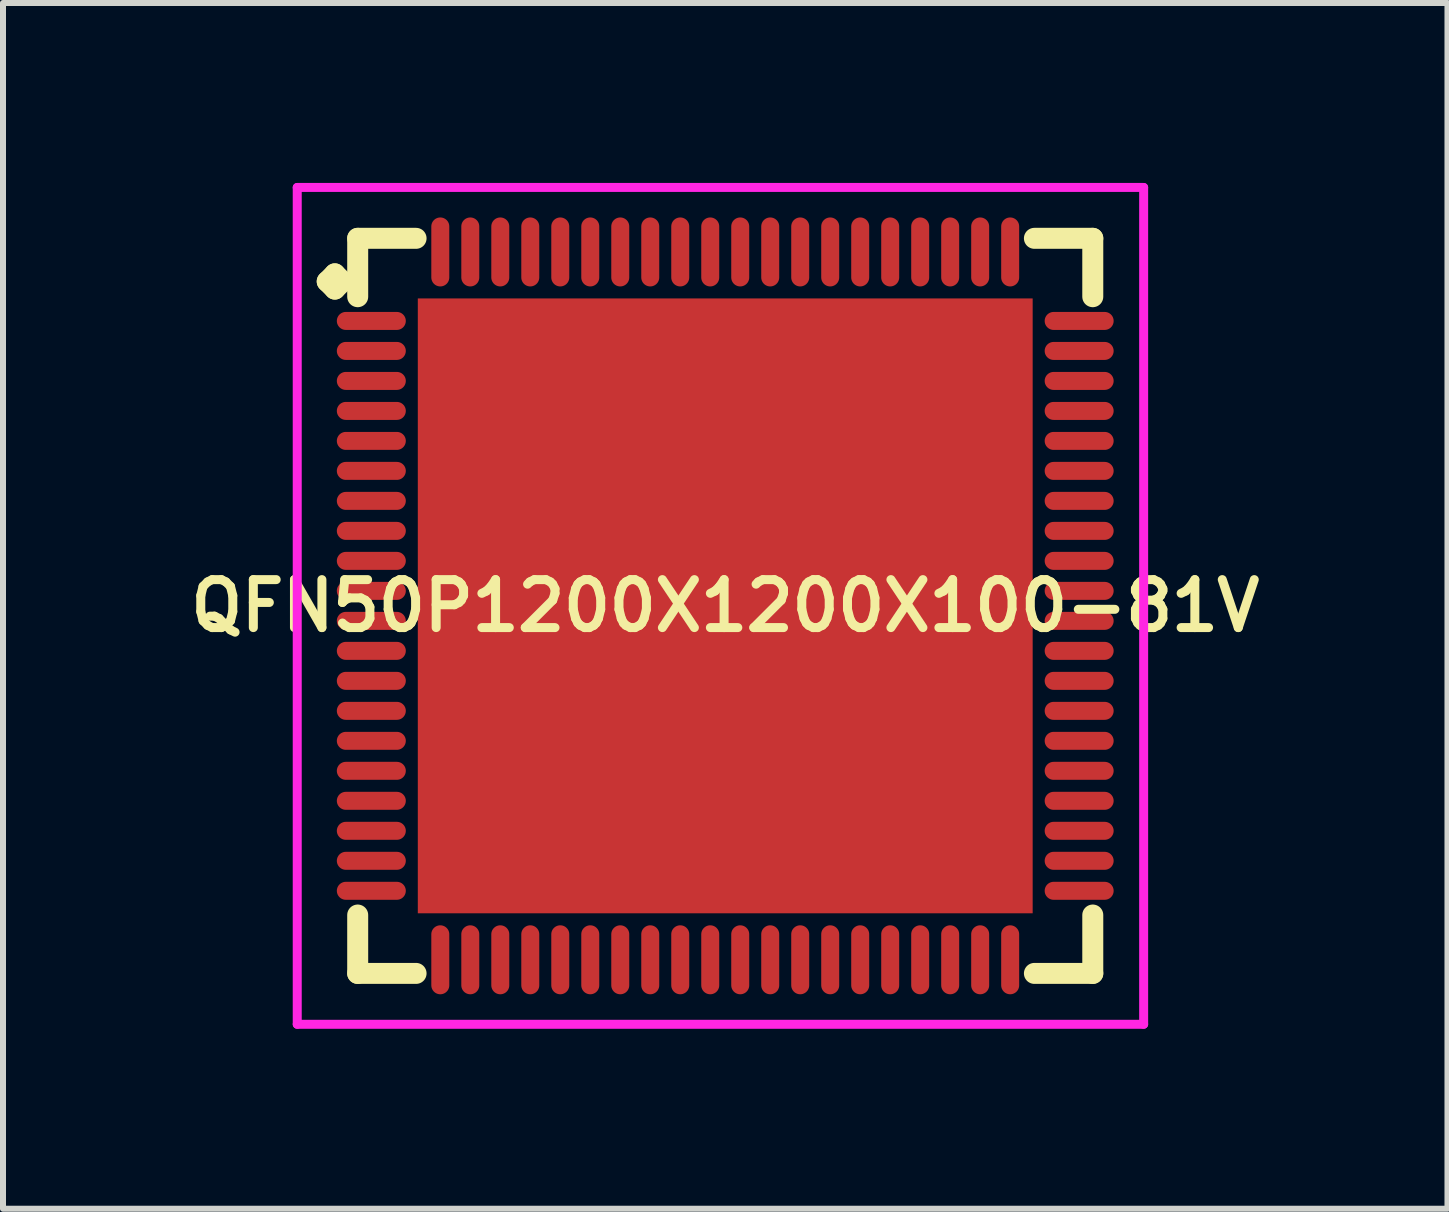
<source format=kicad_pcb>
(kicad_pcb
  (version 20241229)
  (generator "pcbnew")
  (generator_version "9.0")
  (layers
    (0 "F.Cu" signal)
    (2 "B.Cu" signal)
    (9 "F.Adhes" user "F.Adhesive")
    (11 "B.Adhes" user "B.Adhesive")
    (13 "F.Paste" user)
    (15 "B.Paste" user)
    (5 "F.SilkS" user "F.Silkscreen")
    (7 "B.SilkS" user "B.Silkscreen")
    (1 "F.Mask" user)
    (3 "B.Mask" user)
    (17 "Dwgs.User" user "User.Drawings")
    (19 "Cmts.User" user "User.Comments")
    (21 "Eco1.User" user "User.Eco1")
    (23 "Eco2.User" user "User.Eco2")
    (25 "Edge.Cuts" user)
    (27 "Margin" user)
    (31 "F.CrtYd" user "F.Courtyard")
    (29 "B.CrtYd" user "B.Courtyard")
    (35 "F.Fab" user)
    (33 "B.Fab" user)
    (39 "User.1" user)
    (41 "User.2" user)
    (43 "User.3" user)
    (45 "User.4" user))
  (footprint "QFN50P1200X1200X100-81V"
    (layer "F.Cu")
    (at 9.04 7.05)
    (property "Reference" "QFN50P1200X1200X100-81V" (at 0 0 0) (layer "F.SilkS") (effects (font (size 0.8 0.8) (thickness 0.15))))
    (attr smd)
    (fp_line (start -6.635 -5.408) (end -6.508 -5.535) (stroke (width 0.35) (type solid)) (layer "F.SilkS"))
    (fp_line (start -6.508 -5.535) (end -6.381 -5.408) (stroke (width 0.35) (type solid)) (layer "F.SilkS"))
    (fp_line (start -6.508 -5.281) (end -6.635 -5.408) (stroke (width 0.35) (type solid)) (layer "F.SilkS"))
    (fp_line (start -6.381 -5.408) (end -6.508 -5.281) (stroke (width 0.35) (type solid)) (layer "F.SilkS"))
    (fp_line (start -6.127 -6.127) (end -5.154 -6.127) (stroke (width 0.35) (type solid)) (layer "F.SilkS"))
    (fp_line (start -6.127 -5.154) (end -6.127 -6.127) (stroke (width 0.35) (type solid)) (layer "F.SilkS"))
    (fp_line (start -6.127 5.154) (end -6.127 6.127) (stroke (width 0.35) (type solid)) (layer "F.SilkS"))
    (fp_line (start -6.127 6.127) (end -5.154 6.127) (stroke (width 0.35) (type solid)) (layer "F.SilkS"))
    (fp_line (start 5.154 -6.127) (end 6.127 -6.127) (stroke (width 0.35) (type solid)) (layer "F.SilkS"))
    (fp_line (start 5.154 6.127) (end 6.127 6.127) (stroke (width 0.35) (type solid)) (layer "F.SilkS"))
    (fp_line (start 6.127 -6.127) (end 6.127 -5.154) (stroke (width 0.35) (type solid)) (layer "F.SilkS"))
    (fp_line (start 6.127 6.127) (end 6.127 5.154) (stroke (width 0.35) (type solid)) (layer "F.SilkS"))
    (fp_line (start -7.135 -6.975) (end 6.975 -6.975) (stroke (width 0.15) (type solid)) (layer "F.CrtYd"))
    (fp_line (start -7.135 6.975) (end -7.135 -6.975) (stroke (width 0.15) (type solid)) (layer "F.CrtYd"))
    (fp_line (start 6.975 -6.975) (end 6.975 6.975) (stroke (width 0.15) (type solid)) (layer "F.CrtYd"))
    (fp_line (start 6.975 6.975) (end -7.135 6.975) (stroke (width 0.15) (type solid)) (layer "F.CrtYd"))
    (pad "1" smd oval (at -5.9 -4.75) (size 1.15 0.3) (layers "F.Cu" "F.Mask" "F.Paste"))
    (pad "2" smd oval (at -5.9 -4.25) (size 1.15 0.3) (layers "F.Cu" "F.Mask" "F.Paste"))
    (pad "3" smd oval (at -5.9 -3.75) (size 1.15 0.3) (layers "F.Cu" "F.Mask" "F.Paste"))
    (pad "4" smd oval (at -5.9 -3.25) (size 1.15 0.3) (layers "F.Cu" "F.Mask" "F.Paste"))
    (pad "5" smd oval (at -5.9 -2.75) (size 1.15 0.3) (layers "F.Cu" "F.Mask" "F.Paste"))
    (pad "6" smd oval (at -5.9 -2.25) (size 1.15 0.3) (layers "F.Cu" "F.Mask" "F.Paste"))
    (pad "7" smd oval (at -5.9 -1.75) (size 1.15 0.3) (layers "F.Cu" "F.Mask" "F.Paste"))
    (pad "8" smd oval (at -5.9 -1.25) (size 1.15 0.3) (layers "F.Cu" "F.Mask" "F.Paste"))
    (pad "9" smd oval (at -5.9 -0.75) (size 1.15 0.3) (layers "F.Cu" "F.Mask" "F.Paste"))
    (pad "10" smd oval (at -5.9 -0.25) (size 1.15 0.3) (layers "F.Cu" "F.Mask" "F.Paste"))
    (pad "11" smd oval (at -5.9 0.25) (size 1.15 0.3) (layers "F.Cu" "F.Mask" "F.Paste"))
    (pad "12" smd oval (at -5.9 0.75) (size 1.15 0.3) (layers "F.Cu" "F.Mask" "F.Paste"))
    (pad "13" smd oval (at -5.9 1.25) (size 1.15 0.3) (layers "F.Cu" "F.Mask" "F.Paste"))
    (pad "14" smd oval (at -5.9 1.75) (size 1.15 0.3) (layers "F.Cu" "F.Mask" "F.Paste"))
    (pad "15" smd oval (at -5.9 2.25) (size 1.15 0.3) (layers "F.Cu" "F.Mask" "F.Paste"))
    (pad "16" smd oval (at -5.9 2.75) (size 1.15 0.3) (layers "F.Cu" "F.Mask" "F.Paste"))
    (pad "17" smd oval (at -5.9 3.25) (size 1.15 0.3) (layers "F.Cu" "F.Mask" "F.Paste"))
    (pad "18" smd oval (at -5.9 3.75) (size 1.15 0.3) (layers "F.Cu" "F.Mask" "F.Paste"))
    (pad "19" smd oval (at -5.9 4.25) (size 1.15 0.3) (layers "F.Cu" "F.Mask" "F.Paste"))
    (pad "20" smd oval (at -5.9 4.75) (size 1.15 0.3) (layers "F.Cu" "F.Mask" "F.Paste"))
    (pad "21" smd oval (at -4.75 5.9) (size 0.3 1.15) (layers "F.Cu" "F.Mask" "F.Paste"))
    (pad "22" smd oval (at -4.25 5.9) (size 0.3 1.15) (layers "F.Cu" "F.Mask" "F.Paste"))
    (pad "23" smd oval (at -3.75 5.9) (size 0.3 1.15) (layers "F.Cu" "F.Mask" "F.Paste"))
    (pad "24" smd oval (at -3.25 5.9) (size 0.3 1.15) (layers "F.Cu" "F.Mask" "F.Paste"))
    (pad "25" smd oval (at -2.75 5.9) (size 0.3 1.15) (layers "F.Cu" "F.Mask" "F.Paste"))
    (pad "26" smd oval (at -2.25 5.9) (size 0.3 1.15) (layers "F.Cu" "F.Mask" "F.Paste"))
    (pad "27" smd oval (at -1.75 5.9) (size 0.3 1.15) (layers "F.Cu" "F.Mask" "F.Paste"))
    (pad "28" smd oval (at -1.25 5.9) (size 0.3 1.15) (layers "F.Cu" "F.Mask" "F.Paste"))
    (pad "29" smd oval (at -0.75 5.9) (size 0.3 1.15) (layers "F.Cu" "F.Mask" "F.Paste"))
    (pad "30" smd oval (at -0.25 5.9) (size 0.3 1.15) (layers "F.Cu" "F.Mask" "F.Paste"))
    (pad "31" smd oval (at 0.25 5.9) (size 0.3 1.15) (layers "F.Cu" "F.Mask" "F.Paste"))
    (pad "32" smd oval (at 0.75 5.9) (size 0.3 1.15) (layers "F.Cu" "F.Mask" "F.Paste"))
    (pad "33" smd oval (at 1.25 5.9) (size 0.3 1.15) (layers "F.Cu" "F.Mask" "F.Paste"))
    (pad "34" smd oval (at 1.75 5.9) (size 0.3 1.15) (layers "F.Cu" "F.Mask" "F.Paste"))
    (pad "35" smd oval (at 2.25 5.9) (size 0.3 1.15) (layers "F.Cu" "F.Mask" "F.Paste"))
    (pad "36" smd oval (at 2.75 5.9) (size 0.3 1.15) (layers "F.Cu" "F.Mask" "F.Paste"))
    (pad "37" smd oval (at 3.25 5.9) (size 0.3 1.15) (layers "F.Cu" "F.Mask" "F.Paste"))
    (pad "38" smd oval (at 3.75 5.9) (size 0.3 1.15) (layers "F.Cu" "F.Mask" "F.Paste"))
    (pad "39" smd oval (at 4.25 5.9) (size 0.3 1.15) (layers "F.Cu" "F.Mask" "F.Paste"))
    (pad "40" smd oval (at 4.75 5.9) (size 0.3 1.15) (layers "F.Cu" "F.Mask" "F.Paste"))
    (pad "41" smd oval (at 5.9 4.75) (size 1.15 0.3) (layers "F.Cu" "F.Mask" "F.Paste"))
    (pad "42" smd oval (at 5.9 4.25) (size 1.15 0.3) (layers "F.Cu" "F.Mask" "F.Paste"))
    (pad "43" smd oval (at 5.9 3.75) (size 1.15 0.3) (layers "F.Cu" "F.Mask" "F.Paste"))
    (pad "44" smd oval (at 5.9 3.25) (size 1.15 0.3) (layers "F.Cu" "F.Mask" "F.Paste"))
    (pad "45" smd oval (at 5.9 2.75) (size 1.15 0.3) (layers "F.Cu" "F.Mask" "F.Paste"))
    (pad "46" smd oval (at 5.9 2.25) (size 1.15 0.3) (layers "F.Cu" "F.Mask" "F.Paste"))
    (pad "47" smd oval (at 5.9 1.75) (size 1.15 0.3) (layers "F.Cu" "F.Mask" "F.Paste"))
    (pad "48" smd oval (at 5.9 1.25) (size 1.15 0.3) (layers "F.Cu" "F.Mask" "F.Paste"))
    (pad "49" smd oval (at 5.9 0.75) (size 1.15 0.3) (layers "F.Cu" "F.Mask" "F.Paste"))
    (pad "50" smd oval (at 5.9 0.25) (size 1.15 0.3) (layers "F.Cu" "F.Mask" "F.Paste"))
    (pad "51" smd oval (at 5.9 -0.25) (size 1.15 0.3) (layers "F.Cu" "F.Mask" "F.Paste"))
    (pad "52" smd oval (at 5.9 -0.75) (size 1.15 0.3) (layers "F.Cu" "F.Mask" "F.Paste"))
    (pad "53" smd oval (at 5.9 -1.25) (size 1.15 0.3) (layers "F.Cu" "F.Mask" "F.Paste"))
    (pad "54" smd oval (at 5.9 -1.75) (size 1.15 0.3) (layers "F.Cu" "F.Mask" "F.Paste"))
    (pad "55" smd oval (at 5.9 -2.25) (size 1.15 0.3) (layers "F.Cu" "F.Mask" "F.Paste"))
    (pad "56" smd oval (at 5.9 -2.75) (size 1.15 0.3) (layers "F.Cu" "F.Mask" "F.Paste"))
    (pad "57" smd oval (at 5.9 -3.25) (size 1.15 0.3) (layers "F.Cu" "F.Mask" "F.Paste"))
    (pad "58" smd oval (at 5.9 -3.75) (size 1.15 0.3) (layers "F.Cu" "F.Mask" "F.Paste"))
    (pad "59" smd oval (at 5.9 -4.25) (size 1.15 0.3) (layers "F.Cu" "F.Mask" "F.Paste"))
    (pad "60" smd oval (at 5.9 -4.75) (size 1.15 0.3) (layers "F.Cu" "F.Mask" "F.Paste"))
    (pad "61" smd oval (at 4.75 -5.9) (size 0.3 1.15) (layers "F.Cu" "F.Mask" "F.Paste"))
    (pad "62" smd oval (at 4.25 -5.9) (size 0.3 1.15) (layers "F.Cu" "F.Mask" "F.Paste"))
    (pad "63" smd oval (at 3.75 -5.9) (size 0.3 1.15) (layers "F.Cu" "F.Mask" "F.Paste"))
    (pad "64" smd oval (at 3.25 -5.9) (size 0.3 1.15) (layers "F.Cu" "F.Mask" "F.Paste"))
    (pad "65" smd oval (at 2.75 -5.9) (size 0.3 1.15) (layers "F.Cu" "F.Mask" "F.Paste"))
    (pad "66" smd oval (at 2.25 -5.9) (size 0.3 1.15) (layers "F.Cu" "F.Mask" "F.Paste"))
    (pad "67" smd oval (at 1.75 -5.9) (size 0.3 1.15) (layers "F.Cu" "F.Mask" "F.Paste"))
    (pad "68" smd oval (at 1.25 -5.9) (size 0.3 1.15) (layers "F.Cu" "F.Mask" "F.Paste"))
    (pad "69" smd oval (at 0.75 -5.9) (size 0.3 1.15) (layers "F.Cu" "F.Mask" "F.Paste"))
    (pad "70" smd oval (at 0.25 -5.9) (size 0.3 1.15) (layers "F.Cu" "F.Mask" "F.Paste"))
    (pad "71" smd oval (at -0.25 -5.9) (size 0.3 1.15) (layers "F.Cu" "F.Mask" "F.Paste"))
    (pad "72" smd oval (at -0.75 -5.9) (size 0.3 1.15) (layers "F.Cu" "F.Mask" "F.Paste"))
    (pad "73" smd oval (at -1.25 -5.9) (size 0.3 1.15) (layers "F.Cu" "F.Mask" "F.Paste"))
    (pad "74" smd oval (at -1.75 -5.9) (size 0.3 1.15) (layers "F.Cu" "F.Mask" "F.Paste"))
    (pad "75" smd oval (at -2.25 -5.9) (size 0.3 1.15) (layers "F.Cu" "F.Mask" "F.Paste"))
    (pad "76" smd oval (at -2.75 -5.9) (size 0.3 1.15) (layers "F.Cu" "F.Mask" "F.Paste"))
    (pad "77" smd oval (at -3.25 -5.9) (size 0.3 1.15) (layers "F.Cu" "F.Mask" "F.Paste"))
    (pad "78" smd oval (at -3.75 -5.9) (size 0.3 1.15) (layers "F.Cu" "F.Mask" "F.Paste"))
    (pad "79" smd oval (at -4.25 -5.9) (size 0.3 1.15) (layers "F.Cu" "F.Mask" "F.Paste"))
    (pad "80" smd oval (at -4.75 -5.9) (size 0.3 1.15) (layers "F.Cu" "F.Mask" "F.Paste"))
    (pad "81" smd rect (at 0 0) (size 10.25 10.25) (layers "F.Cu" "F.Mask" "F.Paste")))
  (gr_rect
    (start -3 -3)
    (end 21.08 17.1)
    (stroke (width 0.1) (type default))
    (fill no)
    (layer "Edge.Cuts")))
</source>
